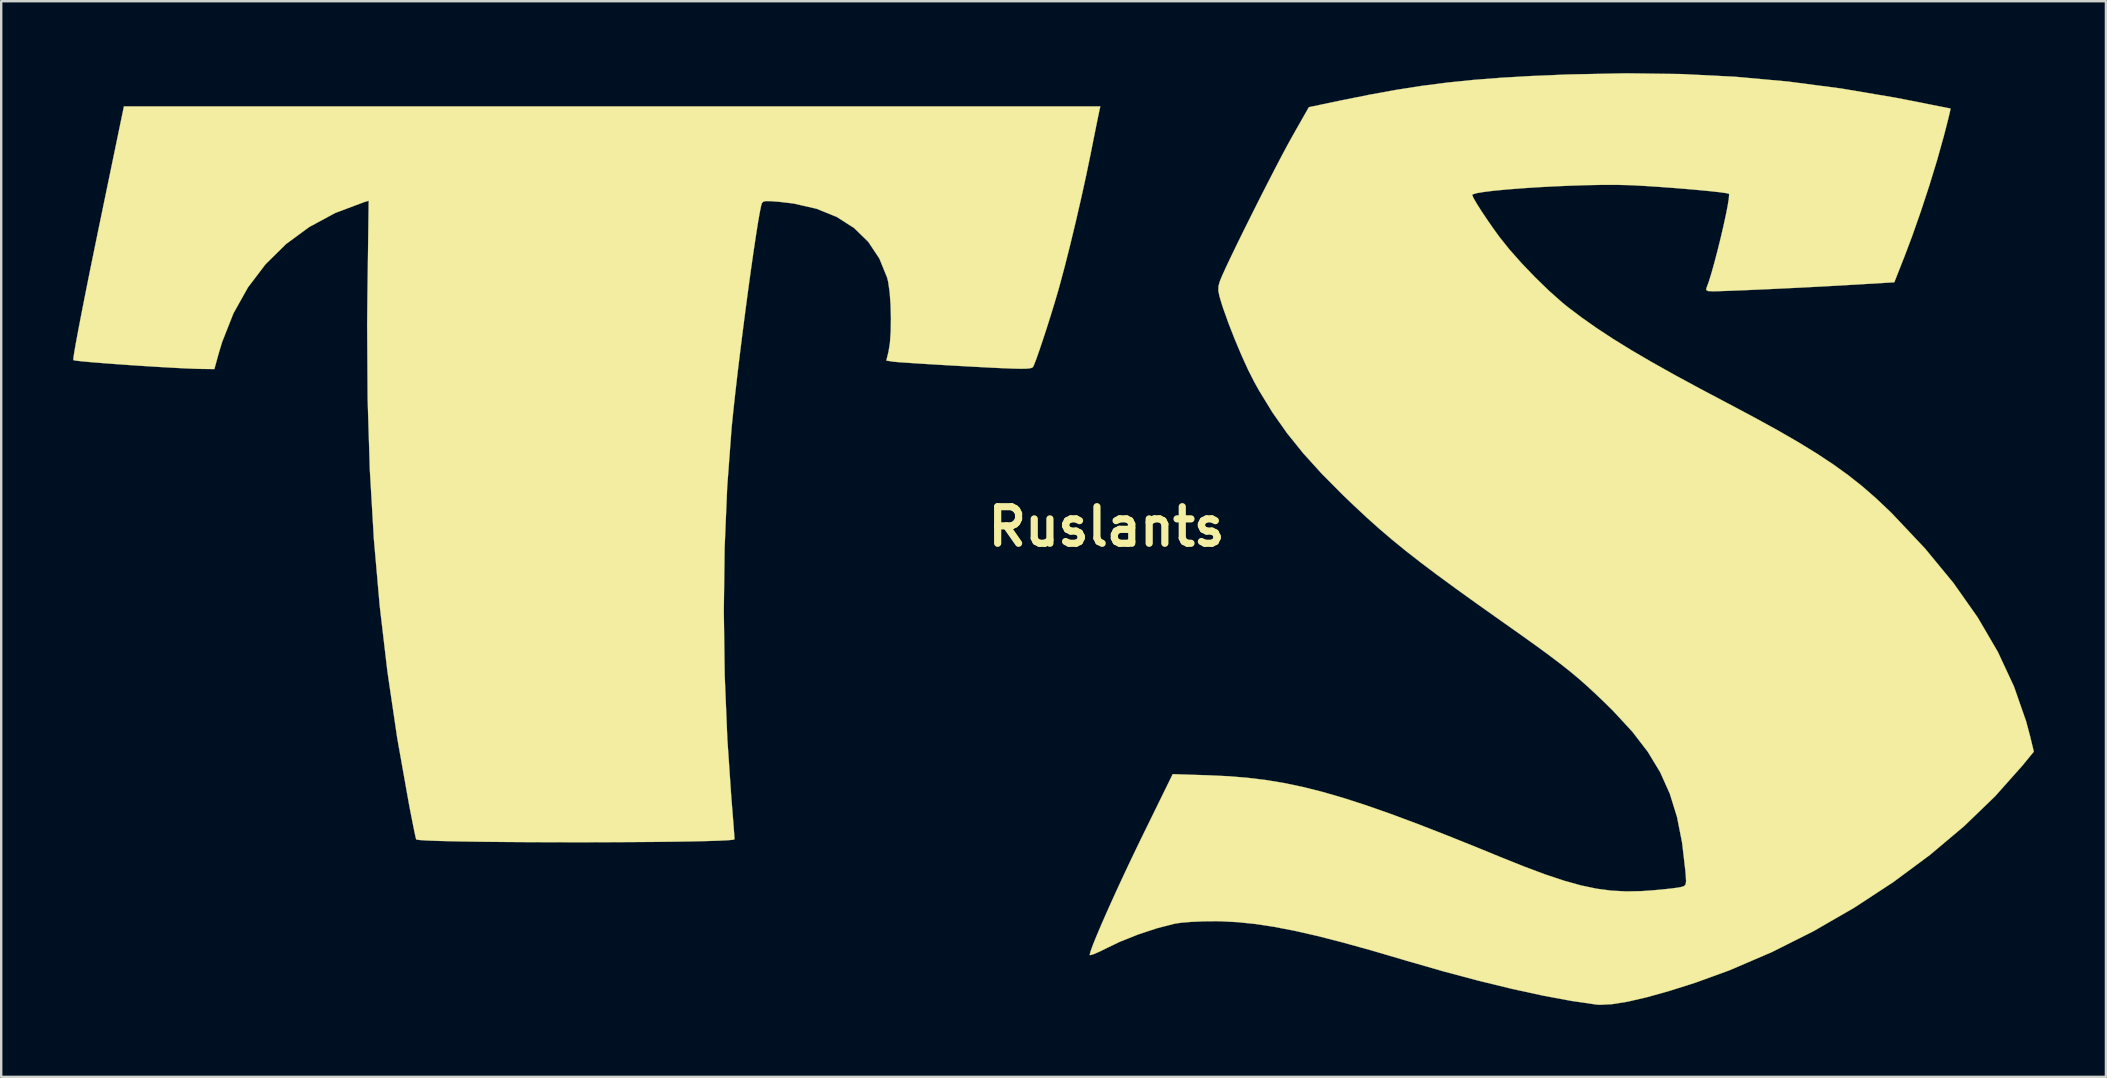
<source format=kicad_pcb>
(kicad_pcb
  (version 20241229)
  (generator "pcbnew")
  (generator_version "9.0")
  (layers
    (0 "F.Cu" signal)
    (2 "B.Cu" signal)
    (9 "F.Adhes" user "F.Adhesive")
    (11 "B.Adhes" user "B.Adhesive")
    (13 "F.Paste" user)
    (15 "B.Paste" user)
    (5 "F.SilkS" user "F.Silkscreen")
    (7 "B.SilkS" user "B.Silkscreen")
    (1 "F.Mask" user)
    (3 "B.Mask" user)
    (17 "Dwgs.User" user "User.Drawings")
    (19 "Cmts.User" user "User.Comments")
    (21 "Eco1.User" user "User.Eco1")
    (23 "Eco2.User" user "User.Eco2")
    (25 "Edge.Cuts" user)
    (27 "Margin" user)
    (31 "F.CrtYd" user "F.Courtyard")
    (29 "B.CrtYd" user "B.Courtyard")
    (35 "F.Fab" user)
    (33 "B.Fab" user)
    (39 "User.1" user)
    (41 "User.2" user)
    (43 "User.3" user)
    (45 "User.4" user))
  (footprint "Ruslants"
    (layer "F.Cu")
    (at 43.063 18.901)
    (property "Reference" "Ruslants" (at 0 0 0) (layer "F.SilkS") (effects (font (size 1.524 1.524) (thickness 0.3))))
    (attr through_hole)
    (fp_poly (pts (xy -0.303 -17.32) (xy -0.333 -17.173) (xy -0.392 -16.886) (xy -0.472 -16.49) (xy -0.567 -16.017) (xy -0.66 -15.547) (xy -0.847 -14.644) (xy -1.06 -13.677) (xy -1.287 -12.69) (xy -1.519 -11.727) (xy -1.745 -10.833) (xy -1.954 -10.053) (xy -2.016 -9.833) (xy -2.16 -9.344) (xy -2.32 -8.821) (xy -2.487 -8.293) (xy -2.651 -7.791) (xy -2.801 -7.346) (xy -2.927 -6.987) (xy -3.021 -6.745) (xy -3.06 -6.662) (xy -3.102 -6.627) (xy -3.187 -6.603) (xy -3.334 -6.588) (xy -3.56 -6.584) (xy -3.885 -6.59) (xy -4.325 -6.607) (xy -4.898 -6.634) (xy -5.623 -6.673) (xy -5.884 -6.687) (xy -6.572 -6.726) (xy -7.215 -6.764) (xy -7.789 -6.799) (xy -8.269 -6.831) (xy -8.633 -6.856) (xy -8.855 -6.875) (xy -8.902 -6.881) (xy -9.177 -6.924) (xy -9.085 -7.294) (xy -9.026 -7.663) (xy -8.992 -8.148) (xy -8.984 -8.696) (xy -8.999 -9.256) (xy -9.037 -9.775) (xy -9.098 -10.202) (xy -9.141 -10.379) (xy -9.468 -11.181) (xy -9.928 -11.872) (xy -10.519 -12.448) (xy -11.237 -12.908) (xy -12.079 -13.25) (xy -13.041 -13.47) (xy -13.629 -13.54) (xy -13.98 -13.567) (xy -14.194 -13.571) (xy -14.309 -13.544) (xy -14.364 -13.48) (xy -14.391 -13.39) (xy -14.45 -13.103) (xy -14.527 -12.664) (xy -14.616 -12.095) (xy -14.717 -11.419) (xy -14.826 -10.658) (xy -14.939 -9.834) (xy -15.054 -8.969) (xy -15.168 -8.087) (xy -15.278 -7.208) (xy -15.381 -6.355) (xy -15.474 -5.551) (xy -15.554 -4.817) (xy -15.619 -4.177) (xy -15.628 -4.073) (xy -15.808 -1.652) (xy -15.915 0.891) (xy -15.949 3.515) (xy -15.912 6.184) (xy -15.801 8.858) (xy -15.632 11.341) (xy -15.59 11.853) (xy -15.554 12.308) (xy -15.526 12.676) (xy -15.508 12.927) (xy -15.503 13.027) (xy -15.588 13.049) (xy -15.831 13.068) (xy -16.217 13.086) (xy -16.729 13.101) (xy -17.35 13.115) (xy -18.064 13.126) (xy -18.855 13.135) (xy -19.706 13.141) (xy -20.6 13.146) (xy -21.522 13.149) (xy -22.455 13.149) (xy -23.382 13.147) (xy -24.287 13.143) (xy -25.153 13.137) (xy -25.965 13.129) (xy -26.706 13.119) (xy -27.358 13.106) (xy -27.907 13.092) (xy -28.335 13.075) (xy -28.625 13.056) (xy -28.763 13.035) (xy -28.771 13.028) (xy -28.8 12.908) (xy -28.855 12.648) (xy -28.929 12.28) (xy -29.016 11.837) (xy -29.069 11.561) (xy -29.559 8.805) (xy -29.964 6.061) (xy -30.288 3.303) (xy -30.533 0.502) (xy -30.7 -2.367) (xy -30.792 -5.332) (xy -30.812 -8.421) (xy -30.8 -9.662) (xy -30.747 -13.586) (xy -30.942 -13.527) (xy -32.137 -13.079) (xy -33.222 -12.494) (xy -34.195 -11.779) (xy -35.049 -10.937) (xy -35.78 -9.974) (xy -36.384 -8.894) (xy -36.855 -7.702) (xy -36.985 -7.273) (xy -37.18 -6.57) (xy -37.706 -6.576) (xy -38.03 -6.585) (xy -38.462 -6.603) (xy -38.977 -6.63) (xy -39.548 -6.662) (xy -40.15 -6.7) (xy -40.757 -6.74) (xy -41.343 -6.782) (xy -41.883 -6.823) (xy -42.35 -6.861) (xy -42.719 -6.895) (xy -42.964 -6.924) (xy -43.058 -6.944) (xy -43.053 -7.039) (xy -43.014 -7.291) (xy -42.945 -7.684) (xy -42.848 -8.204) (xy -42.727 -8.836) (xy -42.584 -9.565) (xy -42.422 -10.375) (xy -42.244 -11.253) (xy -42.053 -12.183) (xy -42.037 -12.263) (xy -40.949 -17.517) (xy -0.259 -17.517) (xy -0.303 -17.32)) (stroke (width 0.01) (type solid)) (fill yes) (layer "F.SilkS"))
    (fp_poly (pts (xy 23.965 -18.865) (xy 26.204 -18.752) (xy 28.41 -18.552) (xy 30.622 -18.262) (xy 32.884 -17.879) (xy 33.888 -17.684) (xy 34.333 -17.594) (xy 34.713 -17.519) (xy 34.997 -17.463) (xy 35.153 -17.433) (xy 35.173 -17.43) (xy 35.161 -17.35) (xy 35.111 -17.132) (xy 35.03 -16.806) (xy 34.926 -16.402) (xy 34.891 -16.269) (xy 34.617 -15.288) (xy 34.29 -14.22) (xy 33.933 -13.133) (xy 33.568 -12.093) (xy 33.265 -11.29) (xy 32.831 -10.187) (xy 31.064 -10.082) (xy 30.46 -10.047) (xy 29.786 -10.01) (xy 29.07 -9.973) (xy 28.34 -9.937) (xy 27.625 -9.903) (xy 26.952 -9.873) (xy 26.348 -9.847) (xy 25.843 -9.828) (xy 25.465 -9.815) (xy 25.281 -9.812) (xy 25.066 -9.822) (xy 24.989 -9.869) (xy 25.009 -9.963) (xy 25.101 -10.214) (xy 25.212 -10.574) (xy 25.334 -11.012) (xy 25.462 -11.499) (xy 25.588 -12.007) (xy 25.705 -12.507) (xy 25.806 -12.97) (xy 25.885 -13.366) (xy 25.934 -13.667) (xy 25.947 -13.843) (xy 25.937 -13.876) (xy 25.816 -13.904) (xy 25.549 -13.941) (xy 25.163 -13.984) (xy 24.688 -14.03) (xy 24.151 -14.077) (xy 23.58 -14.123) (xy 23.005 -14.165) (xy 22.453 -14.201) (xy 21.953 -14.228) (xy 21.765 -14.236) (xy 21.25 -14.248) (xy 20.656 -14.247) (xy 20.006 -14.235) (xy 19.322 -14.213) (xy 18.626 -14.183) (xy 17.94 -14.146) (xy 17.286 -14.102) (xy 16.685 -14.055) (xy 16.161 -14.005) (xy 15.734 -13.953) (xy 15.427 -13.902) (xy 15.262 -13.851) (xy 15.24 -13.826) (xy 15.289 -13.706) (xy 15.423 -13.473) (xy 15.624 -13.155) (xy 15.874 -12.782) (xy 16.154 -12.38) (xy 16.366 -12.087) (xy 16.782 -11.565) (xy 17.296 -10.985) (xy 17.865 -10.391) (xy 18.445 -9.829) (xy 18.992 -9.342) (xy 19.225 -9.153) (xy 19.808 -8.713) (xy 20.429 -8.276) (xy 21.108 -7.83) (xy 21.86 -7.365) (xy 22.704 -6.871) (xy 23.658 -6.336) (xy 24.739 -5.751) (xy 25.8 -5.19) (xy 26.946 -4.581) (xy 27.951 -4.03) (xy 28.832 -3.522) (xy 29.609 -3.045) (xy 30.301 -2.587) (xy 30.927 -2.135) (xy 31.506 -1.676) (xy 32.056 -1.197) (xy 32.597 -0.686) (xy 32.759 -0.526) (xy 34.114 0.911) (xy 35.296 2.346) (xy 36.306 3.78) (xy 37.146 5.217) (xy 37.818 6.66) (xy 38.325 8.112) (xy 38.491 8.737) (xy 38.645 9.373) (xy 38.16 9.965) (xy 37.026 11.238) (xy 35.738 12.48) (xy 34.317 13.676) (xy 32.785 14.812) (xy 31.162 15.875) (xy 29.469 16.852) (xy 27.727 17.727) (xy 25.957 18.487) (xy 24.524 19.007) (xy 23.456 19.345) (xy 22.52 19.607) (xy 21.722 19.792) (xy 21.067 19.897) (xy 20.559 19.923) (xy 20.408 19.912) (xy 19.377 19.761) (xy 18.206 19.544) (xy 16.916 19.263) (xy 15.525 18.925) (xy 14.056 18.534) (xy 12.526 18.094) (xy 12.356 18.043) (xy 11.028 17.653) (xy 9.844 17.325) (xy 8.787 17.054) (xy 7.839 16.838) (xy 6.981 16.673) (xy 6.196 16.554) (xy 5.466 16.479) (xy 4.773 16.443) (xy 4.554 16.44) (xy 4.043 16.445) (xy 3.551 16.466) (xy 3.131 16.5) (xy 2.847 16.541) (xy 2.105 16.732) (xy 1.315 16.993) (xy 0.557 17.296) (xy 0.022 17.552) (xy -0.29 17.707) (xy -0.534 17.812) (xy -0.677 17.854) (xy -0.701 17.844) (xy -0.664 17.693) (xy -0.558 17.403) (xy -0.391 16.993) (xy -0.173 16.482) (xy 0.089 15.889) (xy 0.386 15.232) (xy 0.711 14.53) (xy 1.054 13.803) (xy 1.408 13.068) (xy 1.519 12.841) (xy 2.759 10.311) (xy 4.292 10.361) (xy 5.088 10.398) (xy 5.857 10.461) (xy 6.615 10.552) (xy 7.379 10.677) (xy 8.164 10.841) (xy 8.987 11.047) (xy 9.863 11.3) (xy 10.809 11.606) (xy 11.84 11.967) (xy 12.972 12.389) (xy 14.222 12.876) (xy 15.605 13.433) (xy 16.36 13.743) (xy 17.384 14.154) (xy 18.278 14.489) (xy 19.066 14.751) (xy 19.774 14.948) (xy 20.425 15.085) (xy 21.045 15.166) (xy 21.659 15.198) (xy 22.29 15.186) (xy 22.705 15.158) (xy 23.129 15.12) (xy 23.51 15.08) (xy 23.801 15.042) (xy 23.939 15.017) (xy 24.065 14.978) (xy 24.132 14.912) (xy 24.153 14.776) (xy 24.14 14.526) (xy 24.128 14.376) (xy 23.988 13.17) (xy 23.776 12.097) (xy 23.476 11.129) (xy 23.075 10.233) (xy 22.558 9.38) (xy 21.911 8.539) (xy 21.119 7.681) (xy 20.788 7.354) (xy 20.401 6.984) (xy 20.045 6.654) (xy 19.698 6.347) (xy 19.338 6.046) (xy 18.945 5.734) (xy 18.496 5.394) (xy 17.971 5.008) (xy 17.347 4.561) (xy 16.603 4.034) (xy 16.473 3.943) (xy 15.455 3.222) (xy 14.564 2.582) (xy 13.783 2.01) (xy 13.091 1.488) (xy 12.47 1.004) (xy 11.902 0.541) (xy 11.368 0.085) (xy 10.849 -0.379) (xy 10.326 -0.867) (xy 9.862 -1.311) (xy 8.964 -2.216) (xy 8.192 -3.069) (xy 7.52 -3.904) (xy 6.921 -4.755) (xy 6.369 -5.656) (xy 6.153 -6.043) (xy 5.903 -6.536) (xy 5.627 -7.143) (xy 5.347 -7.808) (xy 5.085 -8.477) (xy 4.864 -9.096) (xy 4.809 -9.263) (xy 4.707 -9.604) (xy 4.661 -9.837) (xy 4.665 -10.018) (xy 4.714 -10.203) (xy 4.722 -10.226) (xy 4.81 -10.442) (xy 4.967 -10.789) (xy 5.182 -11.244) (xy 5.443 -11.783) (xy 5.738 -12.384) (xy 6.056 -13.021) (xy 6.383 -13.673) (xy 6.71 -14.314) (xy 7.023 -14.923) (xy 7.311 -15.474) (xy 7.563 -15.944) (xy 7.758 -16.296) (xy 8.433 -17.484) (xy 9.756 -17.762) (xy 10.947 -18.002) (xy 12.06 -18.204) (xy 13.131 -18.372) (xy 14.196 -18.509) (xy 15.29 -18.621) (xy 16.449 -18.711) (xy 17.708 -18.784) (xy 19.104 -18.842) (xy 19.221 -18.847) (xy 21.651 -18.896) (xy 23.965 -18.865)) (stroke (width 0.01) (type solid)) (fill yes) (layer "F.SilkS")))
  (gr_rect
    (start -3 -3)
    (end 84.713 41.829)
    (stroke (width 0.1) (type default))
    (fill no)
    (layer "Edge.Cuts")))
</source>
